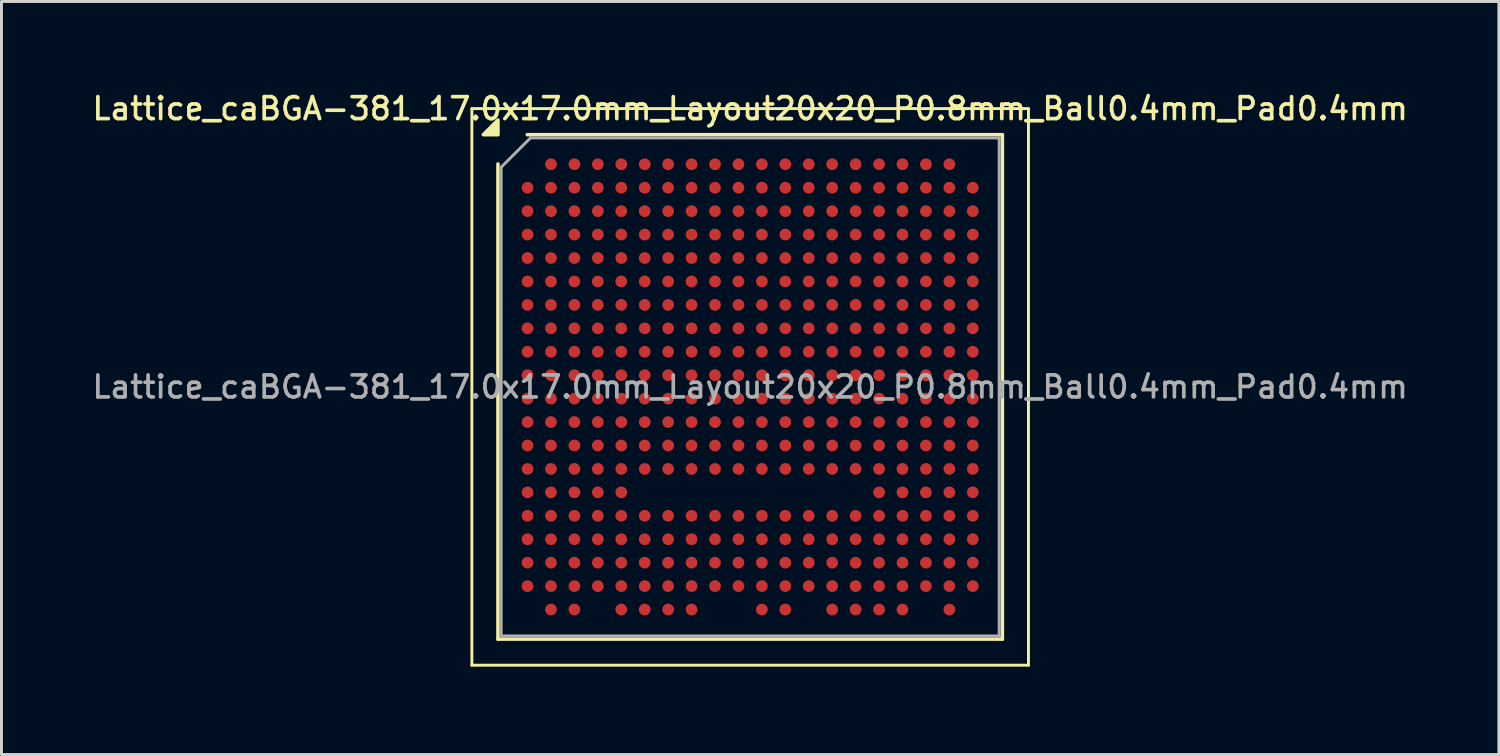
<source format=kicad_pcb>
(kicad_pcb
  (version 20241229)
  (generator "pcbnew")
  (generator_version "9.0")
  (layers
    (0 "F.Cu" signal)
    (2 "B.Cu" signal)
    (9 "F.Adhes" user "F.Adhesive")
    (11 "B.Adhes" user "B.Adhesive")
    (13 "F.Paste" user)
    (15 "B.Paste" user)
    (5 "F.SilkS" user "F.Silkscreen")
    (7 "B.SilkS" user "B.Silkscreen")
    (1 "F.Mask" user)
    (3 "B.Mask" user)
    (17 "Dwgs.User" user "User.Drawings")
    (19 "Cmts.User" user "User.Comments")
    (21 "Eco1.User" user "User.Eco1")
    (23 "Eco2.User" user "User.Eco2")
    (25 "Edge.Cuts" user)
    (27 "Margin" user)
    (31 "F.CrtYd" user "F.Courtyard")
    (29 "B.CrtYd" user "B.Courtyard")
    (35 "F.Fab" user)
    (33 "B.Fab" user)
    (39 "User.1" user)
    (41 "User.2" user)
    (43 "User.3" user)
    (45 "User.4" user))
  (footprint "Lattice_caBGA-381_17.0x17.0mm_Layout20x20_P0.8mm_Ball0.4mm_Pad0.4mm"
    (layer "F.Cu")
    (at 22.559 10.158)
    (property "Reference" "Lattice_caBGA-381_17.0x17.0mm_Layout20x20_P0.8mm_Ball0.4mm_Pad0.4mm" (at 0 -9.5 0) (layer "F.SilkS") (effects (font (size 0.75 0.75) (thickness 0.125))))
    (attr smd)
    (fp_line (start -9.5 -9.5) (end -9.5 9.5) (stroke (width 0.1) (type solid)) (layer "F.SilkS"))
    (fp_line (start -9.5 9.5) (end 9.5 9.5) (stroke (width 0.1) (type solid)) (layer "F.SilkS"))
    (fp_line (start -8.61 8.61) (end -8.61 -7.61) (stroke (width 0.12) (type solid)) (layer "F.SilkS"))
    (fp_line (start -7.61 -8.61) (end 8.61 -8.61) (stroke (width 0.12) (type solid)) (layer "F.SilkS"))
    (fp_line (start 8.61 -8.61) (end 8.61 8.61) (stroke (width 0.12) (type solid)) (layer "F.SilkS"))
    (fp_line (start 8.61 8.61) (end -8.61 8.61) (stroke (width 0.12) (type solid)) (layer "F.SilkS"))
    (fp_line (start 9.5 -9.5) (end -9.5 -9.5) (stroke (width 0.1) (type solid)) (layer "F.SilkS"))
    (fp_line (start 9.5 9.5) (end 9.5 -9.5) (stroke (width 0.1) (type solid)) (layer "F.SilkS"))
    (fp_poly (pts (xy -8.61 -8.61) (xy -9.11 -8.61) (xy -8.61 -9.11) (xy -8.61 -8.61)) (stroke (width 0.12) (type solid)) (fill yes) (layer "F.SilkS"))
    (fp_line (start -8.5 -7.5) (end -7.5 -8.5) (stroke (width 0.1) (type solid)) (layer "F.Fab"))
    (fp_line (start -8.5 8.5) (end -8.5 -7.5) (stroke (width 0.1) (type solid)) (layer "F.Fab"))
    (fp_line (start -7.5 -8.5) (end 8.5 -8.5) (stroke (width 0.1) (type solid)) (layer "F.Fab"))
    (fp_line (start 8.5 -8.5) (end 8.5 8.5) (stroke (width 0.1) (type solid)) (layer "F.Fab"))
    (fp_line (start 8.5 8.5) (end -8.5 8.5) (stroke (width 0.1) (type solid)) (layer "F.Fab"))
    (fp_text user "${REFERENCE}" (at 0 0 0) (layer "F.Fab") (effects (font (size 0.75 0.75) (thickness 0.125))))
    (pad "A2" smd circle (at -6.8 -7.6) (size 0.4 0.4) (property pad_prop_bga) (layers "F.Cu" "F.Mask" "F.Paste"))
    (pad "A3" smd circle (at -6 -7.6) (size 0.4 0.4) (property pad_prop_bga) (layers "F.Cu" "F.Mask" "F.Paste"))
    (pad "A4" smd circle (at -5.2 -7.6) (size 0.4 0.4) (property pad_prop_bga) (layers "F.Cu" "F.Mask" "F.Paste"))
    (pad "A5" smd circle (at -4.4 -7.6) (size 0.4 0.4) (property pad_prop_bga) (layers "F.Cu" "F.Mask" "F.Paste"))
    (pad "A6" smd circle (at -3.6 -7.6) (size 0.4 0.4) (property pad_prop_bga) (layers "F.Cu" "F.Mask" "F.Paste"))
    (pad "A7" smd circle (at -2.8 -7.6) (size 0.4 0.4) (property pad_prop_bga) (layers "F.Cu" "F.Mask" "F.Paste"))
    (pad "A8" smd circle (at -2 -7.6) (size 0.4 0.4) (property pad_prop_bga) (layers "F.Cu" "F.Mask" "F.Paste"))
    (pad "A9" smd circle (at -1.2 -7.6) (size 0.4 0.4) (property pad_prop_bga) (layers "F.Cu" "F.Mask" "F.Paste"))
    (pad "A10" smd circle (at -0.4 -7.6) (size 0.4 0.4) (property pad_prop_bga) (layers "F.Cu" "F.Mask" "F.Paste"))
    (pad "A11" smd circle (at 0.4 -7.6) (size 0.4 0.4) (property pad_prop_bga) (layers "F.Cu" "F.Mask" "F.Paste"))
    (pad "A12" smd circle (at 1.2 -7.6) (size 0.4 0.4) (property pad_prop_bga) (layers "F.Cu" "F.Mask" "F.Paste"))
    (pad "A13" smd circle (at 2 -7.6) (size 0.4 0.4) (property pad_prop_bga) (layers "F.Cu" "F.Mask" "F.Paste"))
    (pad "A14" smd circle (at 2.8 -7.6) (size 0.4 0.4) (property pad_prop_bga) (layers "F.Cu" "F.Mask" "F.Paste"))
    (pad "A15" smd circle (at 3.6 -7.6) (size 0.4 0.4) (property pad_prop_bga) (layers "F.Cu" "F.Mask" "F.Paste"))
    (pad "A16" smd circle (at 4.4 -7.6) (size 0.4 0.4) (property pad_prop_bga) (layers "F.Cu" "F.Mask" "F.Paste"))
    (pad "A17" smd circle (at 5.2 -7.6) (size 0.4 0.4) (property pad_prop_bga) (layers "F.Cu" "F.Mask" "F.Paste"))
    (pad "A18" smd circle (at 6 -7.6) (size 0.4 0.4) (property pad_prop_bga) (layers "F.Cu" "F.Mask" "F.Paste"))
    (pad "A19" smd circle (at 6.8 -7.6) (size 0.4 0.4) (property pad_prop_bga) (layers "F.Cu" "F.Mask" "F.Paste"))
    (pad "B1" smd circle (at -7.6 -6.8) (size 0.4 0.4) (property pad_prop_bga) (layers "F.Cu" "F.Mask" "F.Paste"))
    (pad "B2" smd circle (at -6.8 -6.8) (size 0.4 0.4) (property pad_prop_bga) (layers "F.Cu" "F.Mask" "F.Paste"))
    (pad "B3" smd circle (at -6 -6.8) (size 0.4 0.4) (property pad_prop_bga) (layers "F.Cu" "F.Mask" "F.Paste"))
    (pad "B4" smd circle (at -5.2 -6.8) (size 0.4 0.4) (property pad_prop_bga) (layers "F.Cu" "F.Mask" "F.Paste"))
    (pad "B5" smd circle (at -4.4 -6.8) (size 0.4 0.4) (property pad_prop_bga) (layers "F.Cu" "F.Mask" "F.Paste"))
    (pad "B6" smd circle (at -3.6 -6.8) (size 0.4 0.4) (property pad_prop_bga) (layers "F.Cu" "F.Mask" "F.Paste"))
    (pad "B7" smd circle (at -2.8 -6.8) (size 0.4 0.4) (property pad_prop_bga) (layers "F.Cu" "F.Mask" "F.Paste"))
    (pad "B8" smd circle (at -2 -6.8) (size 0.4 0.4) (property pad_prop_bga) (layers "F.Cu" "F.Mask" "F.Paste"))
    (pad "B9" smd circle (at -1.2 -6.8) (size 0.4 0.4) (property pad_prop_bga) (layers "F.Cu" "F.Mask" "F.Paste"))
    (pad "B10" smd circle (at -0.4 -6.8) (size 0.4 0.4) (property pad_prop_bga) (layers "F.Cu" "F.Mask" "F.Paste"))
    (pad "B11" smd circle (at 0.4 -6.8) (size 0.4 0.4) (property pad_prop_bga) (layers "F.Cu" "F.Mask" "F.Paste"))
    (pad "B12" smd circle (at 1.2 -6.8) (size 0.4 0.4) (property pad_prop_bga) (layers "F.Cu" "F.Mask" "F.Paste"))
    (pad "B13" smd circle (at 2 -6.8) (size 0.4 0.4) (property pad_prop_bga) (layers "F.Cu" "F.Mask" "F.Paste"))
    (pad "B14" smd circle (at 2.8 -6.8) (size 0.4 0.4) (property pad_prop_bga) (layers "F.Cu" "F.Mask" "F.Paste"))
    (pad "B15" smd circle (at 3.6 -6.8) (size 0.4 0.4) (property pad_prop_bga) (layers "F.Cu" "F.Mask" "F.Paste"))
    (pad "B16" smd circle (at 4.4 -6.8) (size 0.4 0.4) (property pad_prop_bga) (layers "F.Cu" "F.Mask" "F.Paste"))
    (pad "B17" smd circle (at 5.2 -6.8) (size 0.4 0.4) (property pad_prop_bga) (layers "F.Cu" "F.Mask" "F.Paste"))
    (pad "B18" smd circle (at 6 -6.8) (size 0.4 0.4) (property pad_prop_bga) (layers "F.Cu" "F.Mask" "F.Paste"))
    (pad "B19" smd circle (at 6.8 -6.8) (size 0.4 0.4) (property pad_prop_bga) (layers "F.Cu" "F.Mask" "F.Paste"))
    (pad "B20" smd circle (at 7.6 -6.8) (size 0.4 0.4) (property pad_prop_bga) (layers "F.Cu" "F.Mask" "F.Paste"))
    (pad "C1" smd circle (at -7.6 -6) (size 0.4 0.4) (property pad_prop_bga) (layers "F.Cu" "F.Mask" "F.Paste"))
    (pad "C2" smd circle (at -6.8 -6) (size 0.4 0.4) (property pad_prop_bga) (layers "F.Cu" "F.Mask" "F.Paste"))
    (pad "C3" smd circle (at -6 -6) (size 0.4 0.4) (property pad_prop_bga) (layers "F.Cu" "F.Mask" "F.Paste"))
    (pad "C4" smd circle (at -5.2 -6) (size 0.4 0.4) (property pad_prop_bga) (layers "F.Cu" "F.Mask" "F.Paste"))
    (pad "C5" smd circle (at -4.4 -6) (size 0.4 0.4) (property pad_prop_bga) (layers "F.Cu" "F.Mask" "F.Paste"))
    (pad "C6" smd circle (at -3.6 -6) (size 0.4 0.4) (property pad_prop_bga) (layers "F.Cu" "F.Mask" "F.Paste"))
    (pad "C7" smd circle (at -2.8 -6) (size 0.4 0.4) (property pad_prop_bga) (layers "F.Cu" "F.Mask" "F.Paste"))
    (pad "C8" smd circle (at -2 -6) (size 0.4 0.4) (property pad_prop_bga) (layers "F.Cu" "F.Mask" "F.Paste"))
    (pad "C9" smd circle (at -1.2 -6) (size 0.4 0.4) (property pad_prop_bga) (layers "F.Cu" "F.Mask" "F.Paste"))
    (pad "C10" smd circle (at -0.4 -6) (size 0.4 0.4) (property pad_prop_bga) (layers "F.Cu" "F.Mask" "F.Paste"))
    (pad "C11" smd circle (at 0.4 -6) (size 0.4 0.4) (property pad_prop_bga) (layers "F.Cu" "F.Mask" "F.Paste"))
    (pad "C12" smd circle (at 1.2 -6) (size 0.4 0.4) (property pad_prop_bga) (layers "F.Cu" "F.Mask" "F.Paste"))
    (pad "C13" smd circle (at 2 -6) (size 0.4 0.4) (property pad_prop_bga) (layers "F.Cu" "F.Mask" "F.Paste"))
    (pad "C14" smd circle (at 2.8 -6) (size 0.4 0.4) (property pad_prop_bga) (layers "F.Cu" "F.Mask" "F.Paste"))
    (pad "C15" smd circle (at 3.6 -6) (size 0.4 0.4) (property pad_prop_bga) (layers "F.Cu" "F.Mask" "F.Paste"))
    (pad "C16" smd circle (at 4.4 -6) (size 0.4 0.4) (property pad_prop_bga) (layers "F.Cu" "F.Mask" "F.Paste"))
    (pad "C17" smd circle (at 5.2 -6) (size 0.4 0.4) (property pad_prop_bga) (layers "F.Cu" "F.Mask" "F.Paste"))
    (pad "C18" smd circle (at 6 -6) (size 0.4 0.4) (property pad_prop_bga) (layers "F.Cu" "F.Mask" "F.Paste"))
    (pad "C19" smd circle (at 6.8 -6) (size 0.4 0.4) (property pad_prop_bga) (layers "F.Cu" "F.Mask" "F.Paste"))
    (pad "C20" smd circle (at 7.6 -6) (size 0.4 0.4) (property pad_prop_bga) (layers "F.Cu" "F.Mask" "F.Paste"))
    (pad "D1" smd circle (at -7.6 -5.2) (size 0.4 0.4) (property pad_prop_bga) (layers "F.Cu" "F.Mask" "F.Paste"))
    (pad "D2" smd circle (at -6.8 -5.2) (size 0.4 0.4) (property pad_prop_bga) (layers "F.Cu" "F.Mask" "F.Paste"))
    (pad "D3" smd circle (at -6 -5.2) (size 0.4 0.4) (property pad_prop_bga) (layers "F.Cu" "F.Mask" "F.Paste"))
    (pad "D4" smd circle (at -5.2 -5.2) (size 0.4 0.4) (property pad_prop_bga) (layers "F.Cu" "F.Mask" "F.Paste"))
    (pad "D5" smd circle (at -4.4 -5.2) (size 0.4 0.4) (property pad_prop_bga) (layers "F.Cu" "F.Mask" "F.Paste"))
    (pad "D6" smd circle (at -3.6 -5.2) (size 0.4 0.4) (property pad_prop_bga) (layers "F.Cu" "F.Mask" "F.Paste"))
    (pad "D7" smd circle (at -2.8 -5.2) (size 0.4 0.4) (property pad_prop_bga) (layers "F.Cu" "F.Mask" "F.Paste"))
    (pad "D8" smd circle (at -2 -5.2) (size 0.4 0.4) (property pad_prop_bga) (layers "F.Cu" "F.Mask" "F.Paste"))
    (pad "D9" smd circle (at -1.2 -5.2) (size 0.4 0.4) (property pad_prop_bga) (layers "F.Cu" "F.Mask" "F.Paste"))
    (pad "D10" smd circle (at -0.4 -5.2) (size 0.4 0.4) (property pad_prop_bga) (layers "F.Cu" "F.Mask" "F.Paste"))
    (pad "D11" smd circle (at 0.4 -5.2) (size 0.4 0.4) (property pad_prop_bga) (layers "F.Cu" "F.Mask" "F.Paste"))
    (pad "D12" smd circle (at 1.2 -5.2) (size 0.4 0.4) (property pad_prop_bga) (layers "F.Cu" "F.Mask" "F.Paste"))
    (pad "D13" smd circle (at 2 -5.2) (size 0.4 0.4) (property pad_prop_bga) (layers "F.Cu" "F.Mask" "F.Paste"))
    (pad "D14" smd circle (at 2.8 -5.2) (size 0.4 0.4) (property pad_prop_bga) (layers "F.Cu" "F.Mask" "F.Paste"))
    (pad "D15" smd circle (at 3.6 -5.2) (size 0.4 0.4) (property pad_prop_bga) (layers "F.Cu" "F.Mask" "F.Paste"))
    (pad "D16" smd circle (at 4.4 -5.2) (size 0.4 0.4) (property pad_prop_bga) (layers "F.Cu" "F.Mask" "F.Paste"))
    (pad "D17" smd circle (at 5.2 -5.2) (size 0.4 0.4) (property pad_prop_bga) (layers "F.Cu" "F.Mask" "F.Paste"))
    (pad "D18" smd circle (at 6 -5.2) (size 0.4 0.4) (property pad_prop_bga) (layers "F.Cu" "F.Mask" "F.Paste"))
    (pad "D19" smd circle (at 6.8 -5.2) (size 0.4 0.4) (property pad_prop_bga) (layers "F.Cu" "F.Mask" "F.Paste"))
    (pad "D20" smd circle (at 7.6 -5.2) (size 0.4 0.4) (property pad_prop_bga) (layers "F.Cu" "F.Mask" "F.Paste"))
    (pad "E1" smd circle (at -7.6 -4.4) (size 0.4 0.4) (property pad_prop_bga) (layers "F.Cu" "F.Mask" "F.Paste"))
    (pad "E2" smd circle (at -6.8 -4.4) (size 0.4 0.4) (property pad_prop_bga) (layers "F.Cu" "F.Mask" "F.Paste"))
    (pad "E3" smd circle (at -6 -4.4) (size 0.4 0.4) (property pad_prop_bga) (layers "F.Cu" "F.Mask" "F.Paste"))
    (pad "E4" smd circle (at -5.2 -4.4) (size 0.4 0.4) (property pad_prop_bga) (layers "F.Cu" "F.Mask" "F.Paste"))
    (pad "E5" smd circle (at -4.4 -4.4) (size 0.4 0.4) (property pad_prop_bga) (layers "F.Cu" "F.Mask" "F.Paste"))
    (pad "E6" smd circle (at -3.6 -4.4) (size 0.4 0.4) (property pad_prop_bga) (layers "F.Cu" "F.Mask" "F.Paste"))
    (pad "E7" smd circle (at -2.8 -4.4) (size 0.4 0.4) (property pad_prop_bga) (layers "F.Cu" "F.Mask" "F.Paste"))
    (pad "E8" smd circle (at -2 -4.4) (size 0.4 0.4) (property pad_prop_bga) (layers "F.Cu" "F.Mask" "F.Paste"))
    (pad "E9" smd circle (at -1.2 -4.4) (size 0.4 0.4) (property pad_prop_bga) (layers "F.Cu" "F.Mask" "F.Paste"))
    (pad "E10" smd circle (at -0.4 -4.4) (size 0.4 0.4) (property pad_prop_bga) (layers "F.Cu" "F.Mask" "F.Paste"))
    (pad "E11" smd circle (at 0.4 -4.4) (size 0.4 0.4) (property pad_prop_bga) (layers "F.Cu" "F.Mask" "F.Paste"))
    (pad "E12" smd circle (at 1.2 -4.4) (size 0.4 0.4) (property pad_prop_bga) (layers "F.Cu" "F.Mask" "F.Paste"))
    (pad "E13" smd circle (at 2 -4.4) (size 0.4 0.4) (property pad_prop_bga) (layers "F.Cu" "F.Mask" "F.Paste"))
    (pad "E14" smd circle (at 2.8 -4.4) (size 0.4 0.4) (property pad_prop_bga) (layers "F.Cu" "F.Mask" "F.Paste"))
    (pad "E15" smd circle (at 3.6 -4.4) (size 0.4 0.4) (property pad_prop_bga) (layers "F.Cu" "F.Mask" "F.Paste"))
    (pad "E16" smd circle (at 4.4 -4.4) (size 0.4 0.4) (property pad_prop_bga) (layers "F.Cu" "F.Mask" "F.Paste"))
    (pad "E17" smd circle (at 5.2 -4.4) (size 0.4 0.4) (property pad_prop_bga) (layers "F.Cu" "F.Mask" "F.Paste"))
    (pad "E18" smd circle (at 6 -4.4) (size 0.4 0.4) (property pad_prop_bga) (layers "F.Cu" "F.Mask" "F.Paste"))
    (pad "E19" smd circle (at 6.8 -4.4) (size 0.4 0.4) (property pad_prop_bga) (layers "F.Cu" "F.Mask" "F.Paste"))
    (pad "E20" smd circle (at 7.6 -4.4) (size 0.4 0.4) (property pad_prop_bga) (layers "F.Cu" "F.Mask" "F.Paste"))
    (pad "F1" smd circle (at -7.6 -3.6) (size 0.4 0.4) (property pad_prop_bga) (layers "F.Cu" "F.Mask" "F.Paste"))
    (pad "F2" smd circle (at -6.8 -3.6) (size 0.4 0.4) (property pad_prop_bga) (layers "F.Cu" "F.Mask" "F.Paste"))
    (pad "F3" smd circle (at -6 -3.6) (size 0.4 0.4) (property pad_prop_bga) (layers "F.Cu" "F.Mask" "F.Paste"))
    (pad "F4" smd circle (at -5.2 -3.6) (size 0.4 0.4) (property pad_prop_bga) (layers "F.Cu" "F.Mask" "F.Paste"))
    (pad "F5" smd circle (at -4.4 -3.6) (size 0.4 0.4) (property pad_prop_bga) (layers "F.Cu" "F.Mask" "F.Paste"))
    (pad "F6" smd circle (at -3.6 -3.6) (size 0.4 0.4) (property pad_prop_bga) (layers "F.Cu" "F.Mask" "F.Paste"))
    (pad "F7" smd circle (at -2.8 -3.6) (size 0.4 0.4) (property pad_prop_bga) (layers "F.Cu" "F.Mask" "F.Paste"))
    (pad "F8" smd circle (at -2 -3.6) (size 0.4 0.4) (property pad_prop_bga) (layers "F.Cu" "F.Mask" "F.Paste"))
    (pad "F9" smd circle (at -1.2 -3.6) (size 0.4 0.4) (property pad_prop_bga) (layers "F.Cu" "F.Mask" "F.Paste"))
    (pad "F10" smd circle (at -0.4 -3.6) (size 0.4 0.4) (property pad_prop_bga) (layers "F.Cu" "F.Mask" "F.Paste"))
    (pad "F11" smd circle (at 0.4 -3.6) (size 0.4 0.4) (property pad_prop_bga) (layers "F.Cu" "F.Mask" "F.Paste"))
    (pad "F12" smd circle (at 1.2 -3.6) (size 0.4 0.4) (property pad_prop_bga) (layers "F.Cu" "F.Mask" "F.Paste"))
    (pad "F13" smd circle (at 2 -3.6) (size 0.4 0.4) (property pad_prop_bga) (layers "F.Cu" "F.Mask" "F.Paste"))
    (pad "F14" smd circle (at 2.8 -3.6) (size 0.4 0.4) (property pad_prop_bga) (layers "F.Cu" "F.Mask" "F.Paste"))
    (pad "F15" smd circle (at 3.6 -3.6) (size 0.4 0.4) (property pad_prop_bga) (layers "F.Cu" "F.Mask" "F.Paste"))
    (pad "F16" smd circle (at 4.4 -3.6) (size 0.4 0.4) (property pad_prop_bga) (layers "F.Cu" "F.Mask" "F.Paste"))
    (pad "F17" smd circle (at 5.2 -3.6) (size 0.4 0.4) (property pad_prop_bga) (layers "F.Cu" "F.Mask" "F.Paste"))
    (pad "F18" smd circle (at 6 -3.6) (size 0.4 0.4) (property pad_prop_bga) (layers "F.Cu" "F.Mask" "F.Paste"))
    (pad "F19" smd circle (at 6.8 -3.6) (size 0.4 0.4) (property pad_prop_bga) (layers "F.Cu" "F.Mask" "F.Paste"))
    (pad "F20" smd circle (at 7.6 -3.6) (size 0.4 0.4) (property pad_prop_bga) (layers "F.Cu" "F.Mask" "F.Paste"))
    (pad "G1" smd circle (at -7.6 -2.8) (size 0.4 0.4) (property pad_prop_bga) (layers "F.Cu" "F.Mask" "F.Paste"))
    (pad "G2" smd circle (at -6.8 -2.8) (size 0.4 0.4) (property pad_prop_bga) (layers "F.Cu" "F.Mask" "F.Paste"))
    (pad "G3" smd circle (at -6 -2.8) (size 0.4 0.4) (property pad_prop_bga) (layers "F.Cu" "F.Mask" "F.Paste"))
    (pad "G4" smd circle (at -5.2 -2.8) (size 0.4 0.4) (property pad_prop_bga) (layers "F.Cu" "F.Mask" "F.Paste"))
    (pad "G5" smd circle (at -4.4 -2.8) (size 0.4 0.4) (property pad_prop_bga) (layers "F.Cu" "F.Mask" "F.Paste"))
    (pad "G6" smd circle (at -3.6 -2.8) (size 0.4 0.4) (property pad_prop_bga) (layers "F.Cu" "F.Mask" "F.Paste"))
    (pad "G7" smd circle (at -2.8 -2.8) (size 0.4 0.4) (property pad_prop_bga) (layers "F.Cu" "F.Mask" "F.Paste"))
    (pad "G8" smd circle (at -2 -2.8) (size 0.4 0.4) (property pad_prop_bga) (layers "F.Cu" "F.Mask" "F.Paste"))
    (pad "G9" smd circle (at -1.2 -2.8) (size 0.4 0.4) (property pad_prop_bga) (layers "F.Cu" "F.Mask" "F.Paste"))
    (pad "G10" smd circle (at -0.4 -2.8) (size 0.4 0.4) (property pad_prop_bga) (layers "F.Cu" "F.Mask" "F.Paste"))
    (pad "G11" smd circle (at 0.4 -2.8) (size 0.4 0.4) (property pad_prop_bga) (layers "F.Cu" "F.Mask" "F.Paste"))
    (pad "G12" smd circle (at 1.2 -2.8) (size 0.4 0.4) (property pad_prop_bga) (layers "F.Cu" "F.Mask" "F.Paste"))
    (pad "G13" smd circle (at 2 -2.8) (size 0.4 0.4) (property pad_prop_bga) (layers "F.Cu" "F.Mask" "F.Paste"))
    (pad "G14" smd circle (at 2.8 -2.8) (size 0.4 0.4) (property pad_prop_bga) (layers "F.Cu" "F.Mask" "F.Paste"))
    (pad "G15" smd circle (at 3.6 -2.8) (size 0.4 0.4) (property pad_prop_bga) (layers "F.Cu" "F.Mask" "F.Paste"))
    (pad "G16" smd circle (at 4.4 -2.8) (size 0.4 0.4) (property pad_prop_bga) (layers "F.Cu" "F.Mask" "F.Paste"))
    (pad "G17" smd circle (at 5.2 -2.8) (size 0.4 0.4) (property pad_prop_bga) (layers "F.Cu" "F.Mask" "F.Paste"))
    (pad "G18" smd circle (at 6 -2.8) (size 0.4 0.4) (property pad_prop_bga) (layers "F.Cu" "F.Mask" "F.Paste"))
    (pad "G19" smd circle (at 6.8 -2.8) (size 0.4 0.4) (property pad_prop_bga) (layers "F.Cu" "F.Mask" "F.Paste"))
    (pad "G20" smd circle (at 7.6 -2.8) (size 0.4 0.4) (property pad_prop_bga) (layers "F.Cu" "F.Mask" "F.Paste"))
    (pad "H1" smd circle (at -7.6 -2) (size 0.4 0.4) (property pad_prop_bga) (layers "F.Cu" "F.Mask" "F.Paste"))
    (pad "H2" smd circle (at -6.8 -2) (size 0.4 0.4) (property pad_prop_bga) (layers "F.Cu" "F.Mask" "F.Paste"))
    (pad "H3" smd circle (at -6 -2) (size 0.4 0.4) (property pad_prop_bga) (layers "F.Cu" "F.Mask" "F.Paste"))
    (pad "H4" smd circle (at -5.2 -2) (size 0.4 0.4) (property pad_prop_bga) (layers "F.Cu" "F.Mask" "F.Paste"))
    (pad "H5" smd circle (at -4.4 -2) (size 0.4 0.4) (property pad_prop_bga) (layers "F.Cu" "F.Mask" "F.Paste"))
    (pad "H6" smd circle (at -3.6 -2) (size 0.4 0.4) (property pad_prop_bga) (layers "F.Cu" "F.Mask" "F.Paste"))
    (pad "H7" smd circle (at -2.8 -2) (size 0.4 0.4) (property pad_prop_bga) (layers "F.Cu" "F.Mask" "F.Paste"))
    (pad "H8" smd circle (at -2 -2) (size 0.4 0.4) (property pad_prop_bga) (layers "F.Cu" "F.Mask" "F.Paste"))
    (pad "H9" smd circle (at -1.2 -2) (size 0.4 0.4) (property pad_prop_bga) (layers "F.Cu" "F.Mask" "F.Paste"))
    (pad "H10" smd circle (at -0.4 -2) (size 0.4 0.4) (property pad_prop_bga) (layers "F.Cu" "F.Mask" "F.Paste"))
    (pad "H11" smd circle (at 0.4 -2) (size 0.4 0.4) (property pad_prop_bga) (layers "F.Cu" "F.Mask" "F.Paste"))
    (pad "H12" smd circle (at 1.2 -2) (size 0.4 0.4) (property pad_prop_bga) (layers "F.Cu" "F.Mask" "F.Paste"))
    (pad "H13" smd circle (at 2 -2) (size 0.4 0.4) (property pad_prop_bga) (layers "F.Cu" "F.Mask" "F.Paste"))
    (pad "H14" smd circle (at 2.8 -2) (size 0.4 0.4) (property pad_prop_bga) (layers "F.Cu" "F.Mask" "F.Paste"))
    (pad "H15" smd circle (at 3.6 -2) (size 0.4 0.4) (property pad_prop_bga) (layers "F.Cu" "F.Mask" "F.Paste"))
    (pad "H16" smd circle (at 4.4 -2) (size 0.4 0.4) (property pad_prop_bga) (layers "F.Cu" "F.Mask" "F.Paste"))
    (pad "H17" smd circle (at 5.2 -2) (size 0.4 0.4) (property pad_prop_bga) (layers "F.Cu" "F.Mask" "F.Paste"))
    (pad "H18" smd circle (at 6 -2) (size 0.4 0.4) (property pad_prop_bga) (layers "F.Cu" "F.Mask" "F.Paste"))
    (pad "H19" smd circle (at 6.8 -2) (size 0.4 0.4) (property pad_prop_bga) (layers "F.Cu" "F.Mask" "F.Paste"))
    (pad "H20" smd circle (at 7.6 -2) (size 0.4 0.4) (property pad_prop_bga) (layers "F.Cu" "F.Mask" "F.Paste"))
    (pad "J1" smd circle (at -7.6 -1.2) (size 0.4 0.4) (property pad_prop_bga) (layers "F.Cu" "F.Mask" "F.Paste"))
    (pad "J2" smd circle (at -6.8 -1.2) (size 0.4 0.4) (property pad_prop_bga) (layers "F.Cu" "F.Mask" "F.Paste"))
    (pad "J3" smd circle (at -6 -1.2) (size 0.4 0.4) (property pad_prop_bga) (layers "F.Cu" "F.Mask" "F.Paste"))
    (pad "J4" smd circle (at -5.2 -1.2) (size 0.4 0.4) (property pad_prop_bga) (layers "F.Cu" "F.Mask" "F.Paste"))
    (pad "J5" smd circle (at -4.4 -1.2) (size 0.4 0.4) (property pad_prop_bga) (layers "F.Cu" "F.Mask" "F.Paste"))
    (pad "J6" smd circle (at -3.6 -1.2) (size 0.4 0.4) (property pad_prop_bga) (layers "F.Cu" "F.Mask" "F.Paste"))
    (pad "J7" smd circle (at -2.8 -1.2) (size 0.4 0.4) (property pad_prop_bga) (layers "F.Cu" "F.Mask" "F.Paste"))
    (pad "J8" smd circle (at -2 -1.2) (size 0.4 0.4) (property pad_prop_bga) (layers "F.Cu" "F.Mask" "F.Paste"))
    (pad "J9" smd circle (at -1.2 -1.2) (size 0.4 0.4) (property pad_prop_bga) (layers "F.Cu" "F.Mask" "F.Paste"))
    (pad "J10" smd circle (at -0.4 -1.2) (size 0.4 0.4) (property pad_prop_bga) (layers "F.Cu" "F.Mask" "F.Paste"))
    (pad "J11" smd circle (at 0.4 -1.2) (size 0.4 0.4) (property pad_prop_bga) (layers "F.Cu" "F.Mask" "F.Paste"))
    (pad "J12" smd circle (at 1.2 -1.2) (size 0.4 0.4) (property pad_prop_bga) (layers "F.Cu" "F.Mask" "F.Paste"))
    (pad "J13" smd circle (at 2 -1.2) (size 0.4 0.4) (property pad_prop_bga) (layers "F.Cu" "F.Mask" "F.Paste"))
    (pad "J14" smd circle (at 2.8 -1.2) (size 0.4 0.4) (property pad_prop_bga) (layers "F.Cu" "F.Mask" "F.Paste"))
    (pad "J15" smd circle (at 3.6 -1.2) (size 0.4 0.4) (property pad_prop_bga) (layers "F.Cu" "F.Mask" "F.Paste"))
    (pad "J16" smd circle (at 4.4 -1.2) (size 0.4 0.4) (property pad_prop_bga) (layers "F.Cu" "F.Mask" "F.Paste"))
    (pad "J17" smd circle (at 5.2 -1.2) (size 0.4 0.4) (property pad_prop_bga) (layers "F.Cu" "F.Mask" "F.Paste"))
    (pad "J18" smd circle (at 6 -1.2) (size 0.4 0.4) (property pad_prop_bga) (layers "F.Cu" "F.Mask" "F.Paste"))
    (pad "J19" smd circle (at 6.8 -1.2) (size 0.4 0.4) (property pad_prop_bga) (layers "F.Cu" "F.Mask" "F.Paste"))
    (pad "J20" smd circle (at 7.6 -1.2) (size 0.4 0.4) (property pad_prop_bga) (layers "F.Cu" "F.Mask" "F.Paste"))
    (pad "K1" smd circle (at -7.6 -0.4) (size 0.4 0.4) (property pad_prop_bga) (layers "F.Cu" "F.Mask" "F.Paste"))
    (pad "K2" smd circle (at -6.8 -0.4) (size 0.4 0.4) (property pad_prop_bga) (layers "F.Cu" "F.Mask" "F.Paste"))
    (pad "K3" smd circle (at -6 -0.4) (size 0.4 0.4) (property pad_prop_bga) (layers "F.Cu" "F.Mask" "F.Paste"))
    (pad "K4" smd circle (at -5.2 -0.4) (size 0.4 0.4) (property pad_prop_bga) (layers "F.Cu" "F.Mask" "F.Paste"))
    (pad "K5" smd circle (at -4.4 -0.4) (size 0.4 0.4) (property pad_prop_bga) (layers "F.Cu" "F.Mask" "F.Paste"))
    (pad "K6" smd circle (at -3.6 -0.4) (size 0.4 0.4) (property pad_prop_bga) (layers "F.Cu" "F.Mask" "F.Paste"))
    (pad "K7" smd circle (at -2.8 -0.4) (size 0.4 0.4) (property pad_prop_bga) (layers "F.Cu" "F.Mask" "F.Paste"))
    (pad "K8" smd circle (at -2 -0.4) (size 0.4 0.4) (property pad_prop_bga) (layers "F.Cu" "F.Mask" "F.Paste"))
    (pad "K9" smd circle (at -1.2 -0.4) (size 0.4 0.4) (property pad_prop_bga) (layers "F.Cu" "F.Mask" "F.Paste"))
    (pad "K10" smd circle (at -0.4 -0.4) (size 0.4 0.4) (property pad_prop_bga) (layers "F.Cu" "F.Mask" "F.Paste"))
    (pad "K11" smd circle (at 0.4 -0.4) (size 0.4 0.4) (property pad_prop_bga) (layers "F.Cu" "F.Mask" "F.Paste"))
    (pad "K12" smd circle (at 1.2 -0.4) (size 0.4 0.4) (property pad_prop_bga) (layers "F.Cu" "F.Mask" "F.Paste"))
    (pad "K13" smd circle (at 2 -0.4) (size 0.4 0.4) (property pad_prop_bga) (layers "F.Cu" "F.Mask" "F.Paste"))
    (pad "K14" smd circle (at 2.8 -0.4) (size 0.4 0.4) (property pad_prop_bga) (layers "F.Cu" "F.Mask" "F.Paste"))
    (pad "K15" smd circle (at 3.6 -0.4) (size 0.4 0.4) (property pad_prop_bga) (layers "F.Cu" "F.Mask" "F.Paste"))
    (pad "K16" smd circle (at 4.4 -0.4) (size 0.4 0.4) (property pad_prop_bga) (layers "F.Cu" "F.Mask" "F.Paste"))
    (pad "K17" smd circle (at 5.2 -0.4) (size 0.4 0.4) (property pad_prop_bga) (layers "F.Cu" "F.Mask" "F.Paste"))
    (pad "K18" smd circle (at 6 -0.4) (size 0.4 0.4) (property pad_prop_bga) (layers "F.Cu" "F.Mask" "F.Paste"))
    (pad "K19" smd circle (at 6.8 -0.4) (size 0.4 0.4) (property pad_prop_bga) (layers "F.Cu" "F.Mask" "F.Paste"))
    (pad "K20" smd circle (at 7.6 -0.4) (size 0.4 0.4) (property pad_prop_bga) (layers "F.Cu" "F.Mask" "F.Paste"))
    (pad "L1" smd circle (at -7.6 0.4) (size 0.4 0.4) (property pad_prop_bga) (layers "F.Cu" "F.Mask" "F.Paste"))
    (pad "L2" smd circle (at -6.8 0.4) (size 0.4 0.4) (property pad_prop_bga) (layers "F.Cu" "F.Mask" "F.Paste"))
    (pad "L3" smd circle (at -6 0.4) (size 0.4 0.4) (property pad_prop_bga) (layers "F.Cu" "F.Mask" "F.Paste"))
    (pad "L4" smd circle (at -5.2 0.4) (size 0.4 0.4) (property pad_prop_bga) (layers "F.Cu" "F.Mask" "F.Paste"))
    (pad "L5" smd circle (at -4.4 0.4) (size 0.4 0.4) (property pad_prop_bga) (layers "F.Cu" "F.Mask" "F.Paste"))
    (pad "L6" smd circle (at -3.6 0.4) (size 0.4 0.4) (property pad_prop_bga) (layers "F.Cu" "F.Mask" "F.Paste"))
    (pad "L7" smd circle (at -2.8 0.4) (size 0.4 0.4) (property pad_prop_bga) (layers "F.Cu" "F.Mask" "F.Paste"))
    (pad "L8" smd circle (at -2 0.4) (size 0.4 0.4) (property pad_prop_bga) (layers "F.Cu" "F.Mask" "F.Paste"))
    (pad "L9" smd circle (at -1.2 0.4) (size 0.4 0.4) (property pad_prop_bga) (layers "F.Cu" "F.Mask" "F.Paste"))
    (pad "L10" smd circle (at -0.4 0.4) (size 0.4 0.4) (property pad_prop_bga) (layers "F.Cu" "F.Mask" "F.Paste"))
    (pad "L11" smd circle (at 0.4 0.4) (size 0.4 0.4) (property pad_prop_bga) (layers "F.Cu" "F.Mask" "F.Paste"))
    (pad "L12" smd circle (at 1.2 0.4) (size 0.4 0.4) (property pad_prop_bga) (layers "F.Cu" "F.Mask" "F.Paste"))
    (pad "L13" smd circle (at 2 0.4) (size 0.4 0.4) (property pad_prop_bga) (layers "F.Cu" "F.Mask" "F.Paste"))
    (pad "L14" smd circle (at 2.8 0.4) (size 0.4 0.4) (property pad_prop_bga) (layers "F.Cu" "F.Mask" "F.Paste"))
    (pad "L15" smd circle (at 3.6 0.4) (size 0.4 0.4) (property pad_prop_bga) (layers "F.Cu" "F.Mask" "F.Paste"))
    (pad "L16" smd circle (at 4.4 0.4) (size 0.4 0.4) (property pad_prop_bga) (layers "F.Cu" "F.Mask" "F.Paste"))
    (pad "L17" smd circle (at 5.2 0.4) (size 0.4 0.4) (property pad_prop_bga) (layers "F.Cu" "F.Mask" "F.Paste"))
    (pad "L18" smd circle (at 6 0.4) (size 0.4 0.4) (property pad_prop_bga) (layers "F.Cu" "F.Mask" "F.Paste"))
    (pad "L19" smd circle (at 6.8 0.4) (size 0.4 0.4) (property pad_prop_bga) (layers "F.Cu" "F.Mask" "F.Paste"))
    (pad "L20" smd circle (at 7.6 0.4) (size 0.4 0.4) (property pad_prop_bga) (layers "F.Cu" "F.Mask" "F.Paste"))
    (pad "M1" smd circle (at -7.6 1.2) (size 0.4 0.4) (property pad_prop_bga) (layers "F.Cu" "F.Mask" "F.Paste"))
    (pad "M2" smd circle (at -6.8 1.2) (size 0.4 0.4) (property pad_prop_bga) (layers "F.Cu" "F.Mask" "F.Paste"))
    (pad "M3" smd circle (at -6 1.2) (size 0.4 0.4) (property pad_prop_bga) (layers "F.Cu" "F.Mask" "F.Paste"))
    (pad "M4" smd circle (at -5.2 1.2) (size 0.4 0.4) (property pad_prop_bga) (layers "F.Cu" "F.Mask" "F.Paste"))
    (pad "M5" smd circle (at -4.4 1.2) (size 0.4 0.4) (property pad_prop_bga) (layers "F.Cu" "F.Mask" "F.Paste"))
    (pad "M6" smd circle (at -3.6 1.2) (size 0.4 0.4) (property pad_prop_bga) (layers "F.Cu" "F.Mask" "F.Paste"))
    (pad "M7" smd circle (at -2.8 1.2) (size 0.4 0.4) (property pad_prop_bga) (layers "F.Cu" "F.Mask" "F.Paste"))
    (pad "M8" smd circle (at -2 1.2) (size 0.4 0.4) (property pad_prop_bga) (layers "F.Cu" "F.Mask" "F.Paste"))
    (pad "M9" smd circle (at -1.2 1.2) (size 0.4 0.4) (property pad_prop_bga) (layers "F.Cu" "F.Mask" "F.Paste"))
    (pad "M10" smd circle (at -0.4 1.2) (size 0.4 0.4) (property pad_prop_bga) (layers "F.Cu" "F.Mask" "F.Paste"))
    (pad "M11" smd circle (at 0.4 1.2) (size 0.4 0.4) (property pad_prop_bga) (layers "F.Cu" "F.Mask" "F.Paste"))
    (pad "M12" smd circle (at 1.2 1.2) (size 0.4 0.4) (property pad_prop_bga) (layers "F.Cu" "F.Mask" "F.Paste"))
    (pad "M13" smd circle (at 2 1.2) (size 0.4 0.4) (property pad_prop_bga) (layers "F.Cu" "F.Mask" "F.Paste"))
    (pad "M14" smd circle (at 2.8 1.2) (size 0.4 0.4) (property pad_prop_bga) (layers "F.Cu" "F.Mask" "F.Paste"))
    (pad "M15" smd circle (at 3.6 1.2) (size 0.4 0.4) (property pad_prop_bga) (layers "F.Cu" "F.Mask" "F.Paste"))
    (pad "M16" smd circle (at 4.4 1.2) (size 0.4 0.4) (property pad_prop_bga) (layers "F.Cu" "F.Mask" "F.Paste"))
    (pad "M17" smd circle (at 5.2 1.2) (size 0.4 0.4) (property pad_prop_bga) (layers "F.Cu" "F.Mask" "F.Paste"))
    (pad "M18" smd circle (at 6 1.2) (size 0.4 0.4) (property pad_prop_bga) (layers "F.Cu" "F.Mask" "F.Paste"))
    (pad "M19" smd circle (at 6.8 1.2) (size 0.4 0.4) (property pad_prop_bga) (layers "F.Cu" "F.Mask" "F.Paste"))
    (pad "M20" smd circle (at 7.6 1.2) (size 0.4 0.4) (property pad_prop_bga) (layers "F.Cu" "F.Mask" "F.Paste"))
    (pad "N1" smd circle (at -7.6 2) (size 0.4 0.4) (property pad_prop_bga) (layers "F.Cu" "F.Mask" "F.Paste"))
    (pad "N2" smd circle (at -6.8 2) (size 0.4 0.4) (property pad_prop_bga) (layers "F.Cu" "F.Mask" "F.Paste"))
    (pad "N3" smd circle (at -6 2) (size 0.4 0.4) (property pad_prop_bga) (layers "F.Cu" "F.Mask" "F.Paste"))
    (pad "N4" smd circle (at -5.2 2) (size 0.4 0.4) (property pad_prop_bga) (layers "F.Cu" "F.Mask" "F.Paste"))
    (pad "N5" smd circle (at -4.4 2) (size 0.4 0.4) (property pad_prop_bga) (layers "F.Cu" "F.Mask" "F.Paste"))
    (pad "N6" smd circle (at -3.6 2) (size 0.4 0.4) (property pad_prop_bga) (layers "F.Cu" "F.Mask" "F.Paste"))
    (pad "N7" smd circle (at -2.8 2) (size 0.4 0.4) (property pad_prop_bga) (layers "F.Cu" "F.Mask" "F.Paste"))
    (pad "N8" smd circle (at -2 2) (size 0.4 0.4) (property pad_prop_bga) (layers "F.Cu" "F.Mask" "F.Paste"))
    (pad "N9" smd circle (at -1.2 2) (size 0.4 0.4) (property pad_prop_bga) (layers "F.Cu" "F.Mask" "F.Paste"))
    (pad "N10" smd circle (at -0.4 2) (size 0.4 0.4) (property pad_prop_bga) (layers "F.Cu" "F.Mask" "F.Paste"))
    (pad "N11" smd circle (at 0.4 2) (size 0.4 0.4) (property pad_prop_bga) (layers "F.Cu" "F.Mask" "F.Paste"))
    (pad "N12" smd circle (at 1.2 2) (size 0.4 0.4) (property pad_prop_bga) (layers "F.Cu" "F.Mask" "F.Paste"))
    (pad "N13" smd circle (at 2 2) (size 0.4 0.4) (property pad_prop_bga) (layers "F.Cu" "F.Mask" "F.Paste"))
    (pad "N14" smd circle (at 2.8 2) (size 0.4 0.4) (property pad_prop_bga) (layers "F.Cu" "F.Mask" "F.Paste"))
    (pad "N15" smd circle (at 3.6 2) (size 0.4 0.4) (property pad_prop_bga) (layers "F.Cu" "F.Mask" "F.Paste"))
    (pad "N16" smd circle (at 4.4 2) (size 0.4 0.4) (property pad_prop_bga) (layers "F.Cu" "F.Mask" "F.Paste"))
    (pad "N17" smd circle (at 5.2 2) (size 0.4 0.4) (property pad_prop_bga) (layers "F.Cu" "F.Mask" "F.Paste"))
    (pad "N18" smd circle (at 6 2) (size 0.4 0.4) (property pad_prop_bga) (layers "F.Cu" "F.Mask" "F.Paste"))
    (pad "N19" smd circle (at 6.8 2) (size 0.4 0.4) (property pad_prop_bga) (layers "F.Cu" "F.Mask" "F.Paste"))
    (pad "N20" smd circle (at 7.6 2) (size 0.4 0.4) (property pad_prop_bga) (layers "F.Cu" "F.Mask" "F.Paste"))
    (pad "P1" smd circle (at -7.6 2.8) (size 0.4 0.4) (property pad_prop_bga) (layers "F.Cu" "F.Mask" "F.Paste"))
    (pad "P2" smd circle (at -6.8 2.8) (size 0.4 0.4) (property pad_prop_bga) (layers "F.Cu" "F.Mask" "F.Paste"))
    (pad "P3" smd circle (at -6 2.8) (size 0.4 0.4) (property pad_prop_bga) (layers "F.Cu" "F.Mask" "F.Paste"))
    (pad "P4" smd circle (at -5.2 2.8) (size 0.4 0.4) (property pad_prop_bga) (layers "F.Cu" "F.Mask" "F.Paste"))
    (pad "P5" smd circle (at -4.4 2.8) (size 0.4 0.4) (property pad_prop_bga) (layers "F.Cu" "F.Mask" "F.Paste"))
    (pad "P6" smd circle (at -3.6 2.8) (size 0.4 0.4) (property pad_prop_bga) (layers "F.Cu" "F.Mask" "F.Paste"))
    (pad "P7" smd circle (at -2.8 2.8) (size 0.4 0.4) (property pad_prop_bga) (layers "F.Cu" "F.Mask" "F.Paste"))
    (pad "P8" smd circle (at -2 2.8) (size 0.4 0.4) (property pad_prop_bga) (layers "F.Cu" "F.Mask" "F.Paste"))
    (pad "P9" smd circle (at -1.2 2.8) (size 0.4 0.4) (property pad_prop_bga) (layers "F.Cu" "F.Mask" "F.Paste"))
    (pad "P10" smd circle (at -0.4 2.8) (size 0.4 0.4) (property pad_prop_bga) (layers "F.Cu" "F.Mask" "F.Paste"))
    (pad "P11" smd circle (at 0.4 2.8) (size 0.4 0.4) (property pad_prop_bga) (layers "F.Cu" "F.Mask" "F.Paste"))
    (pad "P12" smd circle (at 1.2 2.8) (size 0.4 0.4) (property pad_prop_bga) (layers "F.Cu" "F.Mask" "F.Paste"))
    (pad "P13" smd circle (at 2 2.8) (size 0.4 0.4) (property pad_prop_bga) (layers "F.Cu" "F.Mask" "F.Paste"))
    (pad "P14" smd circle (at 2.8 2.8) (size 0.4 0.4) (property pad_prop_bga) (layers "F.Cu" "F.Mask" "F.Paste"))
    (pad "P15" smd circle (at 3.6 2.8) (size 0.4 0.4) (property pad_prop_bga) (layers "F.Cu" "F.Mask" "F.Paste"))
    (pad "P16" smd circle (at 4.4 2.8) (size 0.4 0.4) (property pad_prop_bga) (layers "F.Cu" "F.Mask" "F.Paste"))
    (pad "P17" smd circle (at 5.2 2.8) (size 0.4 0.4) (property pad_prop_bga) (layers "F.Cu" "F.Mask" "F.Paste"))
    (pad "P18" smd circle (at 6 2.8) (size 0.4 0.4) (property pad_prop_bga) (layers "F.Cu" "F.Mask" "F.Paste"))
    (pad "P19" smd circle (at 6.8 2.8) (size 0.4 0.4) (property pad_prop_bga) (layers "F.Cu" "F.Mask" "F.Paste"))
    (pad "P20" smd circle (at 7.6 2.8) (size 0.4 0.4) (property pad_prop_bga) (layers "F.Cu" "F.Mask" "F.Paste"))
    (pad "R1" smd circle (at -7.6 3.6) (size 0.4 0.4) (property pad_prop_bga) (layers "F.Cu" "F.Mask" "F.Paste"))
    (pad "R2" smd circle (at -6.8 3.6) (size 0.4 0.4) (property pad_prop_bga) (layers "F.Cu" "F.Mask" "F.Paste"))
    (pad "R3" smd circle (at -6 3.6) (size 0.4 0.4) (property pad_prop_bga) (layers "F.Cu" "F.Mask" "F.Paste"))
    (pad "R4" smd circle (at -5.2 3.6) (size 0.4 0.4) (property pad_prop_bga) (layers "F.Cu" "F.Mask" "F.Paste"))
    (pad "R5" smd circle (at -4.4 3.6) (size 0.4 0.4) (property pad_prop_bga) (layers "F.Cu" "F.Mask" "F.Paste"))
    (pad "R16" smd circle (at 4.4 3.6) (size 0.4 0.4) (property pad_prop_bga) (layers "F.Cu" "F.Mask" "F.Paste"))
    (pad "R17" smd circle (at 5.2 3.6) (size 0.4 0.4) (property pad_prop_bga) (layers "F.Cu" "F.Mask" "F.Paste"))
    (pad "R18" smd circle (at 6 3.6) (size 0.4 0.4) (property pad_prop_bga) (layers "F.Cu" "F.Mask" "F.Paste"))
    (pad "R19" smd circle (at 6.8 3.6) (size 0.4 0.4) (property pad_prop_bga) (layers "F.Cu" "F.Mask" "F.Paste"))
    (pad "R20" smd circle (at 7.6 3.6) (size 0.4 0.4) (property pad_prop_bga) (layers "F.Cu" "F.Mask" "F.Paste"))
    (pad "T1" smd circle (at -7.6 4.4) (size 0.4 0.4) (property pad_prop_bga) (layers "F.Cu" "F.Mask" "F.Paste"))
    (pad "T2" smd circle (at -6.8 4.4) (size 0.4 0.4) (property pad_prop_bga) (layers "F.Cu" "F.Mask" "F.Paste"))
    (pad "T3" smd circle (at -6 4.4) (size 0.4 0.4) (property pad_prop_bga) (layers "F.Cu" "F.Mask" "F.Paste"))
    (pad "T4" smd circle (at -5.2 4.4) (size 0.4 0.4) (property pad_prop_bga) (layers "F.Cu" "F.Mask" "F.Paste"))
    (pad "T5" smd circle (at -4.4 4.4) (size 0.4 0.4) (property pad_prop_bga) (layers "F.Cu" "F.Mask" "F.Paste"))
    (pad "T6" smd circle (at -3.6 4.4) (size 0.4 0.4) (property pad_prop_bga) (layers "F.Cu" "F.Mask" "F.Paste"))
    (pad "T7" smd circle (at -2.8 4.4) (size 0.4 0.4) (property pad_prop_bga) (layers "F.Cu" "F.Mask" "F.Paste"))
    (pad "T8" smd circle (at -2 4.4) (size 0.4 0.4) (property pad_prop_bga) (layers "F.Cu" "F.Mask" "F.Paste"))
    (pad "T9" smd circle (at -1.2 4.4) (size 0.4 0.4) (property pad_prop_bga) (layers "F.Cu" "F.Mask" "F.Paste"))
    (pad "T10" smd circle (at -0.4 4.4) (size 0.4 0.4) (property pad_prop_bga) (layers "F.Cu" "F.Mask" "F.Paste"))
    (pad "T11" smd circle (at 0.4 4.4) (size 0.4 0.4) (property pad_prop_bga) (layers "F.Cu" "F.Mask" "F.Paste"))
    (pad "T12" smd circle (at 1.2 4.4) (size 0.4 0.4) (property pad_prop_bga) (layers "F.Cu" "F.Mask" "F.Paste"))
    (pad "T13" smd circle (at 2 4.4) (size 0.4 0.4) (property pad_prop_bga) (layers "F.Cu" "F.Mask" "F.Paste"))
    (pad "T14" smd circle (at 2.8 4.4) (size 0.4 0.4) (property pad_prop_bga) (layers "F.Cu" "F.Mask" "F.Paste"))
    (pad "T15" smd circle (at 3.6 4.4) (size 0.4 0.4) (property pad_prop_bga) (layers "F.Cu" "F.Mask" "F.Paste"))
    (pad "T16" smd circle (at 4.4 4.4) (size 0.4 0.4) (property pad_prop_bga) (layers "F.Cu" "F.Mask" "F.Paste"))
    (pad "T17" smd circle (at 5.2 4.4) (size 0.4 0.4) (property pad_prop_bga) (layers "F.Cu" "F.Mask" "F.Paste"))
    (pad "T18" smd circle (at 6 4.4) (size 0.4 0.4) (property pad_prop_bga) (layers "F.Cu" "F.Mask" "F.Paste"))
    (pad "T19" smd circle (at 6.8 4.4) (size 0.4 0.4) (property pad_prop_bga) (layers "F.Cu" "F.Mask" "F.Paste"))
    (pad "T20" smd circle (at 7.6 4.4) (size 0.4 0.4) (property pad_prop_bga) (layers "F.Cu" "F.Mask" "F.Paste"))
    (pad "U1" smd circle (at -7.6 5.2) (size 0.4 0.4) (property pad_prop_bga) (layers "F.Cu" "F.Mask" "F.Paste"))
    (pad "U2" smd circle (at -6.8 5.2) (size 0.4 0.4) (property pad_prop_bga) (layers "F.Cu" "F.Mask" "F.Paste"))
    (pad "U3" smd circle (at -6 5.2) (size 0.4 0.4) (property pad_prop_bga) (layers "F.Cu" "F.Mask" "F.Paste"))
    (pad "U4" smd circle (at -5.2 5.2) (size 0.4 0.4) (property pad_prop_bga) (layers "F.Cu" "F.Mask" "F.Paste"))
    (pad "U5" smd circle (at -4.4 5.2) (size 0.4 0.4) (property pad_prop_bga) (layers "F.Cu" "F.Mask" "F.Paste"))
    (pad "U6" smd circle (at -3.6 5.2) (size 0.4 0.4) (property pad_prop_bga) (layers "F.Cu" "F.Mask" "F.Paste"))
    (pad "U7" smd circle (at -2.8 5.2) (size 0.4 0.4) (property pad_prop_bga) (layers "F.Cu" "F.Mask" "F.Paste"))
    (pad "U8" smd circle (at -2 5.2) (size 0.4 0.4) (property pad_prop_bga) (layers "F.Cu" "F.Mask" "F.Paste"))
    (pad "U9" smd circle (at -1.2 5.2) (size 0.4 0.4) (property pad_prop_bga) (layers "F.Cu" "F.Mask" "F.Paste"))
    (pad "U10" smd circle (at -0.4 5.2) (size 0.4 0.4) (property pad_prop_bga) (layers "F.Cu" "F.Mask" "F.Paste"))
    (pad "U11" smd circle (at 0.4 5.2) (size 0.4 0.4) (property pad_prop_bga) (layers "F.Cu" "F.Mask" "F.Paste"))
    (pad "U12" smd circle (at 1.2 5.2) (size 0.4 0.4) (property pad_prop_bga) (layers "F.Cu" "F.Mask" "F.Paste"))
    (pad "U13" smd circle (at 2 5.2) (size 0.4 0.4) (property pad_prop_bga) (layers "F.Cu" "F.Mask" "F.Paste"))
    (pad "U14" smd circle (at 2.8 5.2) (size 0.4 0.4) (property pad_prop_bga) (layers "F.Cu" "F.Mask" "F.Paste"))
    (pad "U15" smd circle (at 3.6 5.2) (size 0.4 0.4) (property pad_prop_bga) (layers "F.Cu" "F.Mask" "F.Paste"))
    (pad "U16" smd circle (at 4.4 5.2) (size 0.4 0.4) (property pad_prop_bga) (layers "F.Cu" "F.Mask" "F.Paste"))
    (pad "U17" smd circle (at 5.2 5.2) (size 0.4 0.4) (property pad_prop_bga) (layers "F.Cu" "F.Mask" "F.Paste"))
    (pad "U18" smd circle (at 6 5.2) (size 0.4 0.4) (property pad_prop_bga) (layers "F.Cu" "F.Mask" "F.Paste"))
    (pad "U19" smd circle (at 6.8 5.2) (size 0.4 0.4) (property pad_prop_bga) (layers "F.Cu" "F.Mask" "F.Paste"))
    (pad "U20" smd circle (at 7.6 5.2) (size 0.4 0.4) (property pad_prop_bga) (layers "F.Cu" "F.Mask" "F.Paste"))
    (pad "V1" smd circle (at -7.6 6) (size 0.4 0.4) (property pad_prop_bga) (layers "F.Cu" "F.Mask" "F.Paste"))
    (pad "V2" smd circle (at -6.8 6) (size 0.4 0.4) (property pad_prop_bga) (layers "F.Cu" "F.Mask" "F.Paste"))
    (pad "V3" smd circle (at -6 6) (size 0.4 0.4) (property pad_prop_bga) (layers "F.Cu" "F.Mask" "F.Paste"))
    (pad "V4" smd circle (at -5.2 6) (size 0.4 0.4) (property pad_prop_bga) (layers "F.Cu" "F.Mask" "F.Paste"))
    (pad "V5" smd circle (at -4.4 6) (size 0.4 0.4) (property pad_prop_bga) (layers "F.Cu" "F.Mask" "F.Paste"))
    (pad "V6" smd circle (at -3.6 6) (size 0.4 0.4) (property pad_prop_bga) (layers "F.Cu" "F.Mask" "F.Paste"))
    (pad "V7" smd circle (at -2.8 6) (size 0.4 0.4) (property pad_prop_bga) (layers "F.Cu" "F.Mask" "F.Paste"))
    (pad "V8" smd circle (at -2 6) (size 0.4 0.4) (property pad_prop_bga) (layers "F.Cu" "F.Mask" "F.Paste"))
    (pad "V9" smd circle (at -1.2 6) (size 0.4 0.4) (property pad_prop_bga) (layers "F.Cu" "F.Mask" "F.Paste"))
    (pad "V10" smd circle (at -0.4 6) (size 0.4 0.4) (property pad_prop_bga) (layers "F.Cu" "F.Mask" "F.Paste"))
    (pad "V11" smd circle (at 0.4 6) (size 0.4 0.4) (property pad_prop_bga) (layers "F.Cu" "F.Mask" "F.Paste"))
    (pad "V12" smd circle (at 1.2 6) (size 0.4 0.4) (property pad_prop_bga) (layers "F.Cu" "F.Mask" "F.Paste"))
    (pad "V13" smd circle (at 2 6) (size 0.4 0.4) (property pad_prop_bga) (layers "F.Cu" "F.Mask" "F.Paste"))
    (pad "V14" smd circle (at 2.8 6) (size 0.4 0.4) (property pad_prop_bga) (layers "F.Cu" "F.Mask" "F.Paste"))
    (pad "V15" smd circle (at 3.6 6) (size 0.4 0.4) (property pad_prop_bga) (layers "F.Cu" "F.Mask" "F.Paste"))
    (pad "V16" smd circle (at 4.4 6) (size 0.4 0.4) (property pad_prop_bga) (layers "F.Cu" "F.Mask" "F.Paste"))
    (pad "V17" smd circle (at 5.2 6) (size 0.4 0.4) (property pad_prop_bga) (layers "F.Cu" "F.Mask" "F.Paste"))
    (pad "V18" smd circle (at 6 6) (size 0.4 0.4) (property pad_prop_bga) (layers "F.Cu" "F.Mask" "F.Paste"))
    (pad "V19" smd circle (at 6.8 6) (size 0.4 0.4) (property pad_prop_bga) (layers "F.Cu" "F.Mask" "F.Paste"))
    (pad "V20" smd circle (at 7.6 6) (size 0.4 0.4) (property pad_prop_bga) (layers "F.Cu" "F.Mask" "F.Paste"))
    (pad "W1" smd circle (at -7.6 6.8) (size 0.4 0.4) (property pad_prop_bga) (layers "F.Cu" "F.Mask" "F.Paste"))
    (pad "W2" smd circle (at -6.8 6.8) (size 0.4 0.4) (property pad_prop_bga) (layers "F.Cu" "F.Mask" "F.Paste"))
    (pad "W3" smd circle (at -6 6.8) (size 0.4 0.4) (property pad_prop_bga) (layers "F.Cu" "F.Mask" "F.Paste"))
    (pad "W4" smd circle (at -5.2 6.8) (size 0.4 0.4) (property pad_prop_bga) (layers "F.Cu" "F.Mask" "F.Paste"))
    (pad "W5" smd circle (at -4.4 6.8) (size 0.4 0.4) (property pad_prop_bga) (layers "F.Cu" "F.Mask" "F.Paste"))
    (pad "W6" smd circle (at -3.6 6.8) (size 0.4 0.4) (property pad_prop_bga) (layers "F.Cu" "F.Mask" "F.Paste"))
    (pad "W7" smd circle (at -2.8 6.8) (size 0.4 0.4) (property pad_prop_bga) (layers "F.Cu" "F.Mask" "F.Paste"))
    (pad "W8" smd circle (at -2 6.8) (size 0.4 0.4) (property pad_prop_bga) (layers "F.Cu" "F.Mask" "F.Paste"))
    (pad "W9" smd circle (at -1.2 6.8) (size 0.4 0.4) (property pad_prop_bga) (layers "F.Cu" "F.Mask" "F.Paste"))
    (pad "W10" smd circle (at -0.4 6.8) (size 0.4 0.4) (property pad_prop_bga) (layers "F.Cu" "F.Mask" "F.Paste"))
    (pad "W11" smd circle (at 0.4 6.8) (size 0.4 0.4) (property pad_prop_bga) (layers "F.Cu" "F.Mask" "F.Paste"))
    (pad "W12" smd circle (at 1.2 6.8) (size 0.4 0.4) (property pad_prop_bga) (layers "F.Cu" "F.Mask" "F.Paste"))
    (pad "W13" smd circle (at 2 6.8) (size 0.4 0.4) (property pad_prop_bga) (layers "F.Cu" "F.Mask" "F.Paste"))
    (pad "W14" smd circle (at 2.8 6.8) (size 0.4 0.4) (property pad_prop_bga) (layers "F.Cu" "F.Mask" "F.Paste"))
    (pad "W15" smd circle (at 3.6 6.8) (size 0.4 0.4) (property pad_prop_bga) (layers "F.Cu" "F.Mask" "F.Paste"))
    (pad "W16" smd circle (at 4.4 6.8) (size 0.4 0.4) (property pad_prop_bga) (layers "F.Cu" "F.Mask" "F.Paste"))
    (pad "W17" smd circle (at 5.2 6.8) (size 0.4 0.4) (property pad_prop_bga) (layers "F.Cu" "F.Mask" "F.Paste"))
    (pad "W18" smd circle (at 6 6.8) (size 0.4 0.4) (property pad_prop_bga) (layers "F.Cu" "F.Mask" "F.Paste"))
    (pad "W19" smd circle (at 6.8 6.8) (size 0.4 0.4) (property pad_prop_bga) (layers "F.Cu" "F.Mask" "F.Paste"))
    (pad "W20" smd circle (at 7.6 6.8) (size 0.4 0.4) (property pad_prop_bga) (layers "F.Cu" "F.Mask" "F.Paste"))
    (pad "Y2" smd circle (at -6.8 7.6) (size 0.4 0.4) (property pad_prop_bga) (layers "F.Cu" "F.Mask" "F.Paste"))
    (pad "Y3" smd circle (at -6 7.6) (size 0.4 0.4) (property pad_prop_bga) (layers "F.Cu" "F.Mask" "F.Paste"))
    (pad "Y5" smd circle (at -4.4 7.6) (size 0.4 0.4) (property pad_prop_bga) (layers "F.Cu" "F.Mask" "F.Paste"))
    (pad "Y6" smd circle (at -3.6 7.6) (size 0.4 0.4) (property pad_prop_bga) (layers "F.Cu" "F.Mask" "F.Paste"))
    (pad "Y7" smd circle (at -2.8 7.6) (size 0.4 0.4) (property pad_prop_bga) (layers "F.Cu" "F.Mask" "F.Paste"))
    (pad "Y8" smd circle (at -2 7.6) (size 0.4 0.4) (property pad_prop_bga) (layers "F.Cu" "F.Mask" "F.Paste"))
    (pad "Y11" smd circle (at 0.4 7.6) (size 0.4 0.4) (property pad_prop_bga) (layers "F.Cu" "F.Mask" "F.Paste"))
    (pad "Y12" smd circle (at 1.2 7.6) (size 0.4 0.4) (property pad_prop_bga) (layers "F.Cu" "F.Mask" "F.Paste"))
    (pad "Y14" smd circle (at 2.8 7.6) (size 0.4 0.4) (property pad_prop_bga) (layers "F.Cu" "F.Mask" "F.Paste"))
    (pad "Y15" smd circle (at 3.6 7.6) (size 0.4 0.4) (property pad_prop_bga) (layers "F.Cu" "F.Mask" "F.Paste"))
    (pad "Y16" smd circle (at 4.4 7.6) (size 0.4 0.4) (property pad_prop_bga) (layers "F.Cu" "F.Mask" "F.Paste"))
    (pad "Y17" smd circle (at 5.2 7.6) (size 0.4 0.4) (property pad_prop_bga) (layers "F.Cu" "F.Mask" "F.Paste"))
    (pad "Y19" smd circle (at 6.8 7.6) (size 0.4 0.4) (property pad_prop_bga) (layers "F.Cu" "F.Mask" "F.Paste")))
  (gr_rect
    (start -3 -3)
    (end 48.118 22.708)
    (stroke (width 0.1) (type default))
    (fill no)
    (layer "Edge.Cuts")))
</source>
